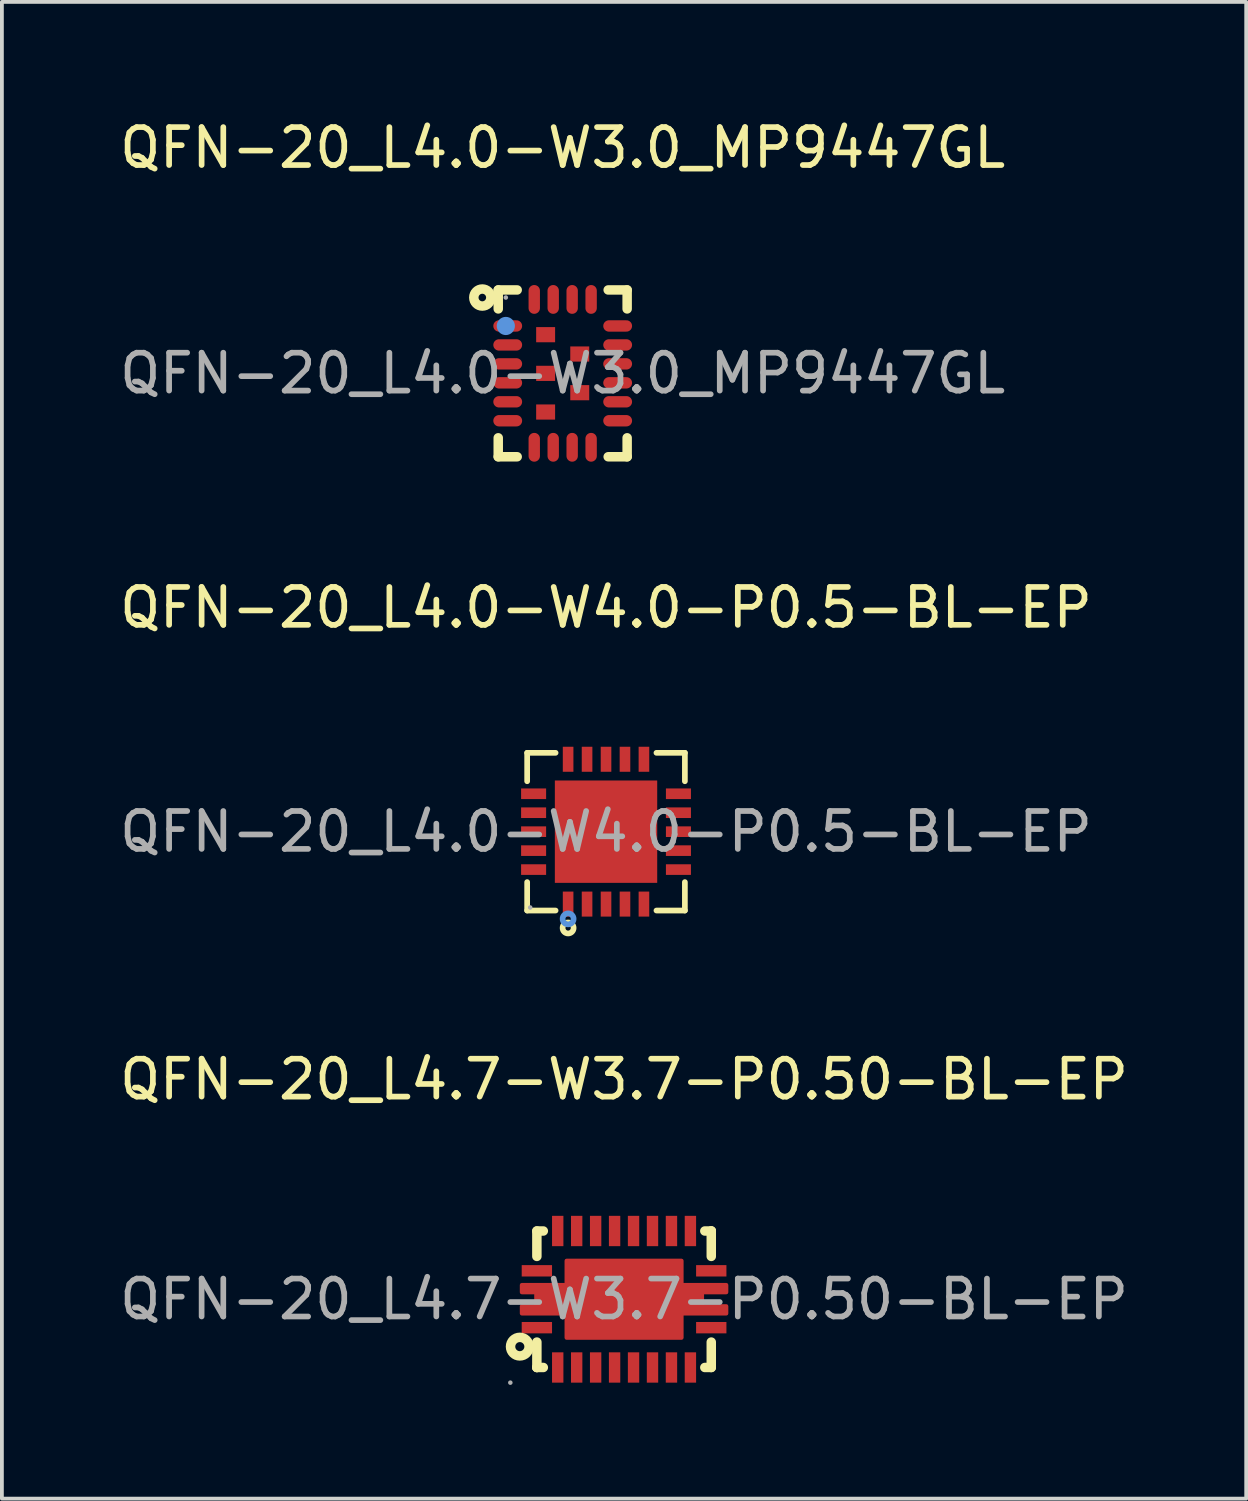
<source format=kicad_pcb>
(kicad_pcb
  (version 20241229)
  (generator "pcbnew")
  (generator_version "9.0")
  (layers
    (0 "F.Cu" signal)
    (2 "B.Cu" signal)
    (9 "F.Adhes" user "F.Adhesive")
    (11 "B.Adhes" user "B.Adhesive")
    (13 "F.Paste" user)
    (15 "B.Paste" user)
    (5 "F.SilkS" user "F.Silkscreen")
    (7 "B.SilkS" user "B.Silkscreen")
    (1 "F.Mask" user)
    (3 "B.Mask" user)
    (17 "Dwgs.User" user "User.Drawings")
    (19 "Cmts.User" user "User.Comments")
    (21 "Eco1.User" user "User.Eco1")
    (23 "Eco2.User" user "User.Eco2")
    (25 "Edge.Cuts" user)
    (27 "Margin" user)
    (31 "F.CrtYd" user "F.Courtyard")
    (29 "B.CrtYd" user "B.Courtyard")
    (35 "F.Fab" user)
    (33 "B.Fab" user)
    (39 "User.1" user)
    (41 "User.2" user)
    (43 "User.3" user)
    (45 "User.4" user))
  (footprint "QFN-20_L4.0-W3.0_MP9447GL"
    (layer "F.Cu")
    (at 11.792 6.798)
    (property "Reference" "QFN-20_L4.0-W3.0_MP9447GL" (at 0 -5.95 0) (layer "F.SilkS") (effects (font (size 1 1) (thickness 0.15))))
    (attr through_hole)
    (fp_line (start -1.7 -2.2) (end -1.2 -2.2) (stroke (width 0.25) (type solid)) (layer "F.SilkS"))
    (fp_line (start -1.7 -1.7) (end -1.7 -2.2) (stroke (width 0.25) (type solid)) (layer "F.SilkS"))
    (fp_line (start -1.7 1.7) (end -1.7 2.2) (stroke (width 0.25) (type solid)) (layer "F.SilkS"))
    (fp_line (start -1.7 2.2) (end -1.2 2.2) (stroke (width 0.25) (type solid)) (layer "F.SilkS"))
    (fp_line (start 1.2 -2.2) (end 1.7 -2.2) (stroke (width 0.25) (type solid)) (layer "F.SilkS"))
    (fp_line (start 1.7 -2.2) (end 1.7 -1.7) (stroke (width 0.25) (type solid)) (layer "F.SilkS"))
    (fp_line (start 1.7 1.7) (end 1.7 2.2) (stroke (width 0.25) (type solid)) (layer "F.SilkS"))
    (fp_line (start 1.7 2.2) (end 1.2 2.2) (stroke (width 0.25) (type solid)) (layer "F.SilkS"))
    (fp_circle (center -2.12 -2) (end -2.02 -2) (stroke (width 0.25) (type solid)) (fill no) (layer "F.SilkS"))
    (fp_circle (center -1.5 -1.25) (end -1.38 -1.25) (stroke (width 0.24) (type solid)) (fill no) (layer "Cmts.User"))
    (fp_circle (center -1.5 -2) (end -1.47 -2) (stroke (width 0.06) (type solid)) (fill no) (layer "F.Fab"))
    (fp_text user "${REFERENCE}" (at 0 0 0) (layer "F.Fab") (effects (font (size 1 1) (thickness 0.15))))
    (pad "1" smd oval (at -1.45 -1.25) (size 0.76 0.3) (layers "F.Cu" "F.Mask" "F.Paste"))
    (pad "2" smd oval (at -1.45 -0.75) (size 0.76 0.3) (layers "F.Cu" "F.Mask" "F.Paste"))
    (pad "3" smd oval (at -1.45 -0.25) (size 0.76 0.3) (layers "F.Cu" "F.Mask" "F.Paste"))
    (pad "4" smd oval (at -1.45 0.25) (size 0.76 0.3) (layers "F.Cu" "F.Mask" "F.Paste"))
    (pad "5" smd oval (at -1.45 0.75) (size 0.76 0.3) (layers "F.Cu" "F.Mask" "F.Paste"))
    (pad "6" smd oval (at -1.45 1.25) (size 0.76 0.3) (layers "F.Cu" "F.Mask" "F.Paste"))
    (pad "7" smd oval (at -0.75 1.95 90) (size 0.76 0.3) (layers "F.Cu" "F.Mask" "F.Paste"))
    (pad "8" smd oval (at -0.25 1.95 90) (size 0.76 0.3) (layers "F.Cu" "F.Mask" "F.Paste"))
    (pad "9" smd oval (at 0.25 1.95 90) (size 0.76 0.3) (layers "F.Cu" "F.Mask" "F.Paste"))
    (pad "10" smd oval (at 0.75 1.95 90) (size 0.76 0.3) (layers "F.Cu" "F.Mask" "F.Paste"))
    (pad "11" smd oval (at 1.45 1.25 180) (size 0.76 0.3) (layers "F.Cu" "F.Mask" "F.Paste"))
    (pad "12" smd oval (at 1.45 0.75 180) (size 0.76 0.3) (layers "F.Cu" "F.Mask" "F.Paste"))
    (pad "13" smd oval (at 1.45 0.25 180) (size 0.76 0.3) (layers "F.Cu" "F.Mask" "F.Paste"))
    (pad "14" smd oval (at 1.45 -0.25 180) (size 0.76 0.3) (layers "F.Cu" "F.Mask" "F.Paste"))
    (pad "15" smd oval (at 1.45 -0.75 180) (size 0.76 0.3) (layers "F.Cu" "F.Mask" "F.Paste"))
    (pad "16" smd oval (at 1.45 -1.25 180) (size 0.76 0.3) (layers "F.Cu" "F.Mask" "F.Paste"))
    (pad "17" smd oval (at 0.75 -1.95 270) (size 0.76 0.3) (layers "F.Cu" "F.Mask" "F.Paste"))
    (pad "18" smd oval (at 0.25 -1.95 270) (size 0.76 0.3) (layers "F.Cu" "F.Mask" "F.Paste"))
    (pad "19" smd oval (at -0.25 -1.95 270) (size 0.76 0.3) (layers "F.Cu" "F.Mask" "F.Paste"))
    (pad "20" smd oval (at -0.75 -1.95 270) (size 0.76 0.3) (layers "F.Cu" "F.Mask" "F.Paste"))
    (pad "21" smd rect (at -0.45 -1.02) (size 0.5 0.4) (layers "F.Cu" "F.Mask" "F.Paste"))
    (pad "22" smd rect (at -0.45 0) (size 0.5 0.4) (layers "F.Cu" "F.Mask" "F.Paste"))
    (pad "23" smd rect (at -0.45 1.02) (size 0.5 0.4) (layers "F.Cu" "F.Mask" "F.Paste"))
    (pad "24" smd rect (at 0.45 -0.51) (size 0.5 0.4) (layers "F.Cu" "F.Mask" "F.Paste"))
    (pad "25" smd rect (at 0.45 0.51) (size 0.5 0.4) (layers "F.Cu" "F.Mask" "F.Paste")))
  (footprint "QFN-20_L4.7-W3.7-P0.50-BL-EP"
    (layer "F.Cu")
    (at 13.411 31.22)
    (property "Reference" "QFN-20_L4.7-W3.7-P0.50-BL-EP" (at 0 -5.8 0) (layer "F.SilkS") (effects (font (size 1 1) (thickness 0.15))))
    (attr through_hole)
    (fp_line (start -2.3 -1.8) (end -2.3 -1.13) (stroke (width 0.25) (type solid)) (layer "F.SilkS"))
    (fp_line (start -2.3 1.13) (end -2.3 1.8) (stroke (width 0.25) (type solid)) (layer "F.SilkS"))
    (fp_line (start -2.3 1.8) (end -2.3 1.8) (stroke (width 0.25) (type solid)) (layer "F.SilkS"))
    (fp_line (start -2.3 1.8) (end -2.13 1.8) (stroke (width 0.25) (type solid)) (layer "F.SilkS"))
    (fp_line (start -2.13 -1.8) (end -2.3 -1.8) (stroke (width 0.25) (type solid)) (layer "F.SilkS"))
    (fp_line (start 2.13 1.8) (end 2.3 1.8) (stroke (width 0.25) (type solid)) (layer "F.SilkS"))
    (fp_line (start 2.3 -1.8) (end 2.13 -1.8) (stroke (width 0.25) (type solid)) (layer "F.SilkS"))
    (fp_line (start 2.3 -1.8) (end 2.3 -1.8) (stroke (width 0.25) (type solid)) (layer "F.SilkS"))
    (fp_line (start 2.3 -1.13) (end 2.3 -1.8) (stroke (width 0.25) (type solid)) (layer "F.SilkS"))
    (fp_line (start 2.3 1.8) (end 2.3 1.13) (stroke (width 0.25) (type solid)) (layer "F.SilkS"))
    (fp_circle (center -2.75 1.25) (end -2.63 1.25) (stroke (width 0.25) (type solid)) (fill no) (layer "F.SilkS"))
    (fp_circle (center -3 2.2) (end -2.97 2.2) (stroke (width 0.06) (type solid)) (fill no) (layer "F.Fab"))
    (fp_text user "${REFERENCE}" (at 0 0 0) (layer "F.Fab") (effects (font (size 1 1) (thickness 0.15))))
    (pad "1" smd rect (at -2.3 0.75 90) (size 0.3 0.8) (layers "F.Cu" "F.Mask" "F.Paste"))
    (pad "2" smd rect (at -1.75 1.8) (size 0.3 0.8) (layers "F.Cu" "F.Mask" "F.Paste"))
    (pad "3" smd rect (at -1.25 1.8) (size 0.3 0.8) (layers "F.Cu" "F.Mask" "F.Paste"))
    (pad "4" smd rect (at -0.75 1.8) (size 0.3 0.8) (layers "F.Cu" "F.Mask" "F.Paste"))
    (pad "5" smd rect (at -0.25 1.8) (size 0.3 0.8) (layers "F.Cu" "F.Mask" "F.Paste"))
    (pad "6" smd rect (at 0.25 1.8) (size 0.3 0.8) (layers "F.Cu" "F.Mask" "F.Paste"))
    (pad "7" smd rect (at 0.75 1.8) (size 0.3 0.8) (layers "F.Cu" "F.Mask" "F.Paste"))
    (pad "8" smd rect (at 1.25 1.8) (size 0.3 0.8) (layers "F.Cu" "F.Mask" "F.Paste"))
    (pad "9" smd rect (at 1.75 1.8) (size 0.3 0.8) (layers "F.Cu" "F.Mask" "F.Paste"))
    (pad "10" smd rect (at 2.3 0.75 90) (size 0.3 0.8) (layers "F.Cu" "F.Mask" "F.Paste"))
    (pad "11" smd rect (at 2.3 -0.75 270) (size 0.3 0.8) (layers "F.Cu" "F.Mask" "F.Paste"))
    (pad "12" smd rect (at 1.75 -1.8 180) (size 0.3 0.8) (layers "F.Cu" "F.Mask" "F.Paste"))
    (pad "13" smd rect (at 1.25 -1.8 180) (size 0.3 0.8) (layers "F.Cu" "F.Mask" "F.Paste"))
    (pad "14" smd rect (at 0.75 -1.8 180) (size 0.3 0.8) (layers "F.Cu" "F.Mask" "F.Paste"))
    (pad "15" smd rect (at 0.25 -1.8 180) (size 0.3 0.8) (layers "F.Cu" "F.Mask" "F.Paste"))
    (pad "16" smd rect (at -0.25 -1.8 180) (size 0.3 0.8) (layers "F.Cu" "F.Mask" "F.Paste"))
    (pad "17" smd rect (at -0.75 -1.8 180) (size 0.3 0.8) (layers "F.Cu" "F.Mask" "F.Paste"))
    (pad "18" smd rect (at -1.25 -1.8 180) (size 0.3 0.8) (layers "F.Cu" "F.Mask" "F.Paste"))
    (pad "19" smd rect (at -1.75 -1.8 180) (size 0.3 0.8) (layers "F.Cu" "F.Mask" "F.Paste"))
    (pad "20" smd rect (at -2.3 -0.75 270) (size 0.3 0.8) (layers "F.Cu" "F.Mask" "F.Paste"))
    (pad "21" smd custom (at 0 0) (size 1 1) (layers "F.Cu" "F.Mask" "F.Paste") (options (anchor circle)) (primitives (gr_poly (pts (xy -2.7 -0.38) (xy -2.7 -0.18) (xy -2.32 -0.18) (xy -2.32 0.18) (xy -2.7 0.18) (xy -2.7 0.38) (xy -1.52 0.38) (xy -1.52 1.02) (xy 1.52 1.02) (xy 1.52 0.38) (xy 2.7 0.38) (xy 2.7 0.18) (xy 2.06 0.18) (xy 2.06 -0.18) (xy 2.7 -0.18) (xy 2.7 -0.38) (xy 1.52 -0.38) (xy 1.52 -1.02) (xy -1.52 -1.02) (xy -1.52 -0.38)) (width 0.1) (fill yes)))))
  (footprint "QFN-20_L4.0-W4.0-P0.5-BL-EP"
    (layer "F.Cu")
    (at 12.935 18.887)
    (property "Reference" "QFN-20_L4.0-W4.0-P0.5-BL-EP" (at 0 -5.91 0) (layer "F.SilkS") (effects (font (size 1 1) (thickness 0.15))))
    (attr through_hole)
    (fp_line (start -2.08 -2.08) (end -1.33 -2.08) (stroke (width 0.15) (type solid)) (layer "F.SilkS"))
    (fp_line (start -2.08 -1.33) (end -2.08 -2.08) (stroke (width 0.15) (type solid)) (layer "F.SilkS"))
    (fp_line (start -2.08 1.33) (end -2.08 2.08) (stroke (width 0.15) (type solid)) (layer "F.SilkS"))
    (fp_line (start -2.08 2.08) (end -1.33 2.08) (stroke (width 0.15) (type solid)) (layer "F.SilkS"))
    (fp_line (start 2.08 -2.08) (end 1.33 -2.08) (stroke (width 0.15) (type solid)) (layer "F.SilkS"))
    (fp_line (start 2.08 -1.33) (end 2.08 -2.08) (stroke (width 0.15) (type solid)) (layer "F.SilkS"))
    (fp_line (start 2.08 1.33) (end 2.08 2.08) (stroke (width 0.15) (type solid)) (layer "F.SilkS"))
    (fp_line (start 2.08 2.08) (end 1.33 2.08) (stroke (width 0.15) (type solid)) (layer "F.SilkS"))
    (fp_circle (center -1 2.54) (end -0.93 2.54) (stroke (width 0.15) (type solid)) (fill no) (layer "F.SilkS"))
    (fp_circle (center -1 2.3) (end -0.93 2.3) (stroke (width 0.15) (type solid)) (fill no) (layer "Cmts.User"))
    (fp_circle (center -2 2) (end -1.97 2) (stroke (width 0.06) (type solid)) (fill no) (layer "F.Fab"))
    (fp_text user "${REFERENCE}" (at 0 0 0) (layer "F.Fab") (effects (font (size 1 1) (thickness 0.15))))
    (pad "1" smd rect (at -1 1.91) (size 0.28 0.66) (layers "F.Cu" "F.Mask" "F.Paste"))
    (pad "2" smd rect (at -0.5 1.91) (size 0.28 0.66) (layers "F.Cu" "F.Mask" "F.Paste"))
    (pad "3" smd rect (at 0 1.91) (size 0.28 0.66) (layers "F.Cu" "F.Mask" "F.Paste"))
    (pad "4" smd rect (at 0.5 1.91) (size 0.28 0.66) (layers "F.Cu" "F.Mask" "F.Paste"))
    (pad "5" smd rect (at 1 1.91) (size 0.28 0.66) (layers "F.Cu" "F.Mask" "F.Paste"))
    (pad "6" smd rect (at 1.91 1) (size 0.66 0.28) (layers "F.Cu" "F.Mask" "F.Paste"))
    (pad "7" smd rect (at 1.91 0.5) (size 0.66 0.28) (layers "F.Cu" "F.Mask" "F.Paste"))
    (pad "8" smd rect (at 1.91 0) (size 0.66 0.28) (layers "F.Cu" "F.Mask" "F.Paste"))
    (pad "9" smd rect (at 1.91 -0.5) (size 0.66 0.28) (layers "F.Cu" "F.Mask" "F.Paste"))
    (pad "10" smd rect (at 1.91 -1) (size 0.66 0.28) (layers "F.Cu" "F.Mask" "F.Paste"))
    (pad "11" smd rect (at 1 -1.91) (size 0.28 0.66) (layers "F.Cu" "F.Mask" "F.Paste"))
    (pad "12" smd rect (at 0.5 -1.91) (size 0.28 0.66) (layers "F.Cu" "F.Mask" "F.Paste"))
    (pad "13" smd rect (at 0 -1.91) (size 0.28 0.66) (layers "F.Cu" "F.Mask" "F.Paste"))
    (pad "14" smd rect (at -0.5 -1.91) (size 0.28 0.66) (layers "F.Cu" "F.Mask" "F.Paste"))
    (pad "15" smd rect (at -1 -1.91) (size 0.28 0.66) (layers "F.Cu" "F.Mask" "F.Paste"))
    (pad "16" smd rect (at -1.91 -1) (size 0.66 0.28) (layers "F.Cu" "F.Mask" "F.Paste"))
    (pad "17" smd rect (at -1.91 -0.5) (size 0.66 0.28) (layers "F.Cu" "F.Mask" "F.Paste"))
    (pad "18" smd rect (at -1.91 0) (size 0.66 0.28) (layers "F.Cu" "F.Mask" "F.Paste"))
    (pad "19" smd rect (at -1.91 0.5) (size 0.66 0.28) (layers "F.Cu" "F.Mask" "F.Paste"))
    (pad "20" smd rect (at -1.91 1) (size 0.66 0.28) (layers "F.Cu" "F.Mask" "F.Paste"))
    (pad "21" smd rect (at 0 0) (size 2.7 2.7) (layers "F.Cu" "F.Mask" "F.Paste")))
  (gr_rect
    (start -3 -3)
    (end 29.821 36.48)
    (stroke (width 0.1) (type default))
    (fill no)
    (layer "Edge.Cuts")))
</source>
